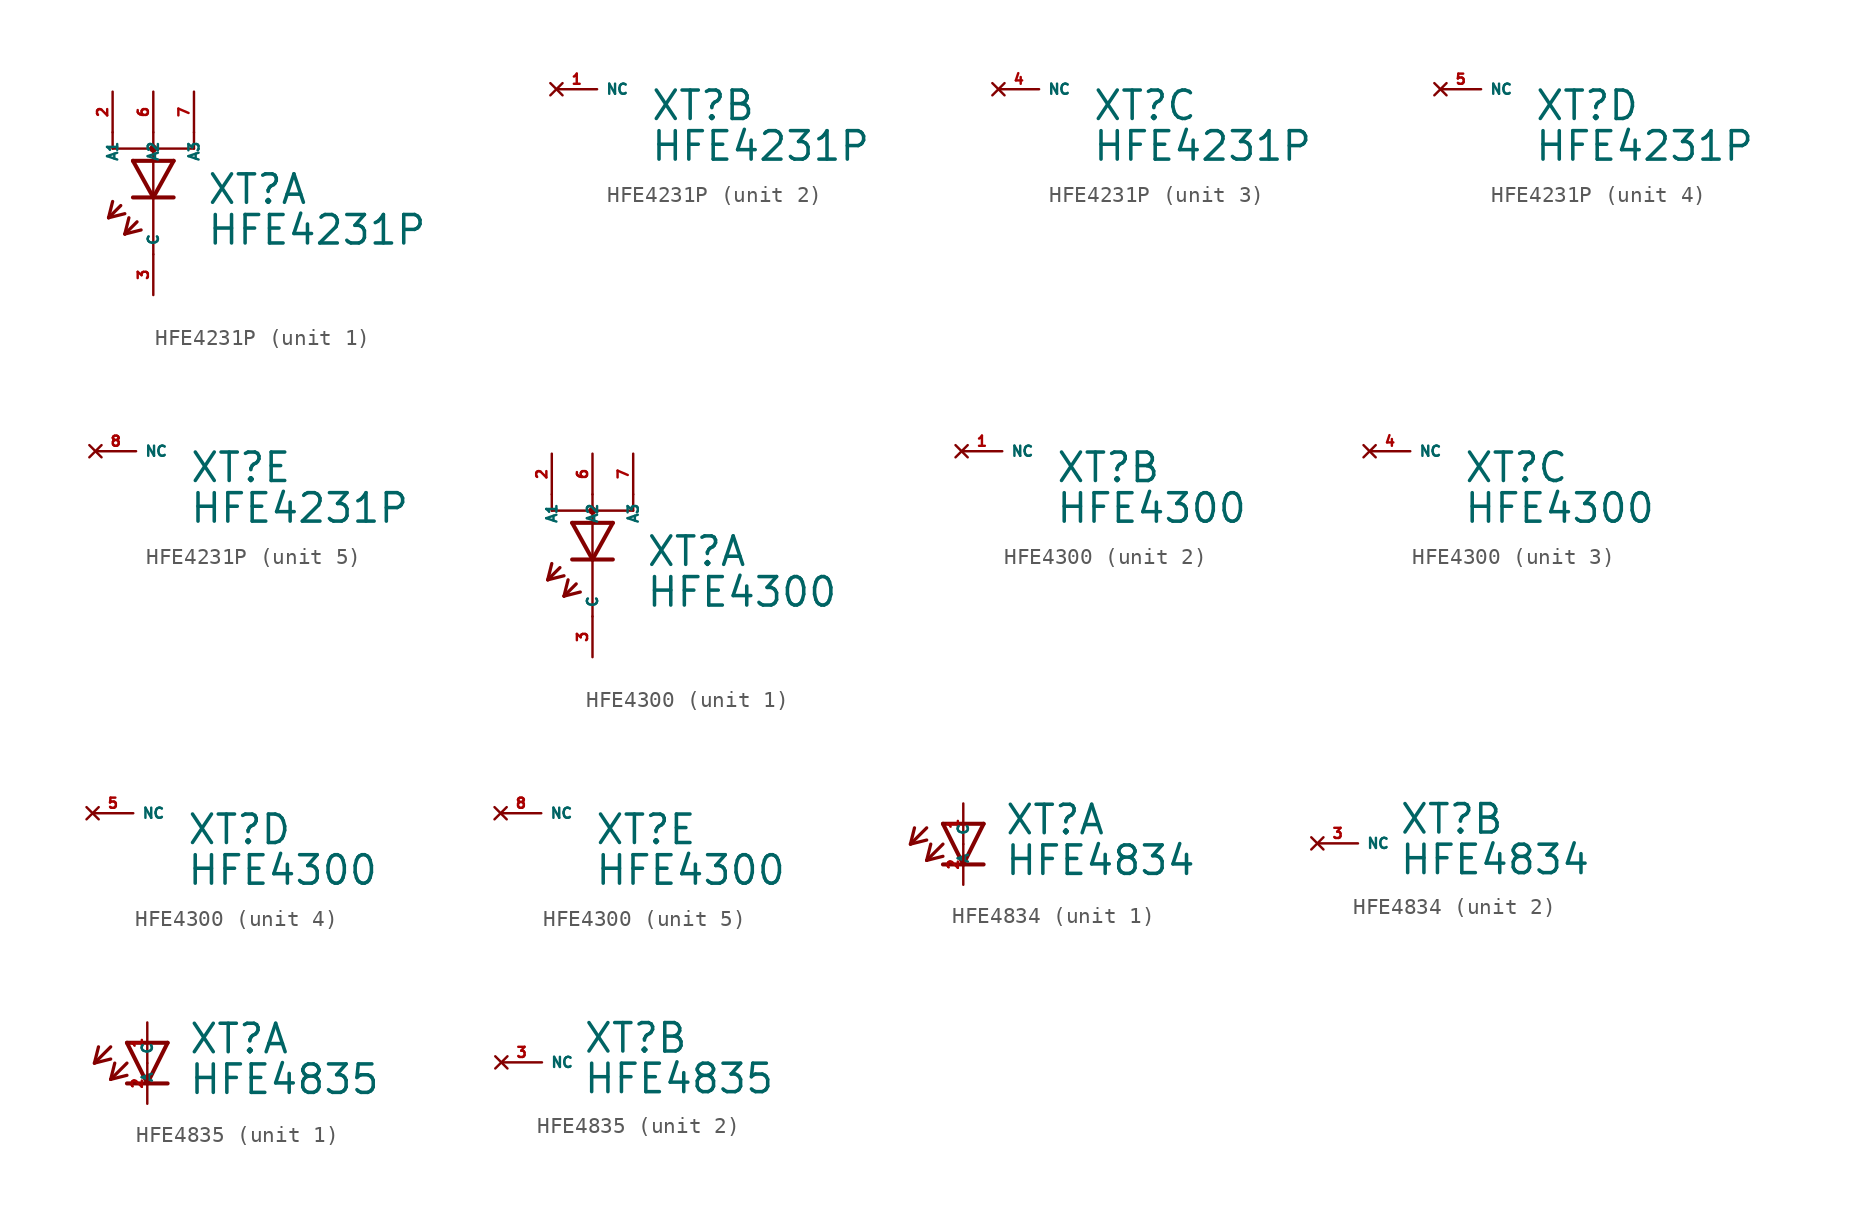
<source format=kicad_sym>
(kicad_symbol_lib
  (version 20220914)
  (generator Eagle2Kicad)
  (symbol "HFE4231P"
    (property "Reference" "XT"
      (at 3.302 -2.057 0)
      (effects (font (size 1.778 1.778) (thickness 0.22)) (justify left bottom)))
    (property "Value" "HFE4231P"
      (at 3.302 -4.597 0)
      (effects (font (size 1.778 1.778) (thickness 0.22)) (justify left bottom)))
    (symbol "HFE4231P_1_0"
      (polyline (pts (xy -1.27 0.762) (xy 0 -1.524)) (stroke (width 0.254) (type default)) (fill (type none)))
      (polyline (pts (xy 0 -1.524) (xy 1.27 0.762)) (stroke (width 0.254) (type default)) (fill (type none)))
      (polyline (pts (xy 1.27 -1.524) (xy 0 -1.524)) (stroke (width 0.254) (type default)) (fill (type none)))
      (polyline (pts (xy 1.27 0.762) (xy -1.27 0.762)) (stroke (width 0.254) (type default)) (fill (type none)))
      (polyline (pts (xy 0 -1.524) (xy -1.27 -1.524)) (stroke (width 0.254) (type default)) (fill (type none)))
      (polyline (pts (xy -2.032 -2.032) (xy -2.794 -2.794)) (stroke (width 0.203) (type default)) (fill (type none)))
      (polyline (pts (xy -2.794 -2.794) (xy -1.778 -2.54)) (stroke (width 0.203) (type default)) (fill (type none)))
      (polyline (pts (xy -2.794 -2.794) (xy -2.54 -1.778)) (stroke (width 0.203) (type default)) (fill (type none)))
      (polyline (pts (xy -1.016 -3.048) (xy -1.778 -3.81)) (stroke (width 0.203) (type default)) (fill (type none)))
      (polyline (pts (xy -1.778 -3.81) (xy -0.762 -3.556)) (stroke (width 0.203) (type default)) (fill (type none)))
      (polyline (pts (xy -1.778 -3.81) (xy -1.524 -2.794)) (stroke (width 0.203) (type default)) (fill (type none)))
      (polyline (pts (xy 2.54 1.524) (xy 0 1.524)) (stroke (width 0.152) (type default)) (fill (type none)))
      (polyline (pts (xy 0 1.524) (xy -2.54 1.524)) (stroke (width 0.152) (type default)) (fill (type none)))
      (polyline (pts (xy 0 -5.08) (xy 0 1.524)) (stroke (width 0.152) (type default)) (fill (type none)))
      (polyline (pts (xy 0 1.524) (xy 0 1.778)) (stroke (width 0.152) (type default)) (fill (type none)))
      (polyline (pts (xy 2.54 1.524) (xy 2.54 2.54)) (stroke (width 0.152) (type default)) (fill (type none)))
      (polyline (pts (xy 0 1.524) (xy 0 2.54)) (stroke (width 0.152) (type default)) (fill (type none)))
      (polyline (pts (xy -2.54 1.524) (xy -2.54 2.54)) (stroke (width 0.152) (type default)) (fill (type none)))
      (circle (center 0 1.524) (radius 0.127) (stroke (width 0.254) (type default)) (fill (type none)))
      (pin passive line (at 0 -7.62 90) (length 2.54) (name "C" (effects (font (size 0.635 0.635) (thickness 0.08)) (justify left bottom))) (number "3" (effects (font (size 0.635 0.635) (thickness 0.08)) (justify left bottom))))
      (pin passive line (at 0 5.08 270) (length 2.54) (name "A2" (effects (font (size 0.635 0.635) (thickness 0.08)) (justify left bottom))) (number "6" (effects (font (size 0.635 0.635) (thickness 0.08)) (justify left bottom))))
      (pin passive line (at 2.54 5.08 270) (length 2.54) (name "A3" (effects (font (size 0.635 0.635) (thickness 0.08)) (justify left bottom))) (number "7" (effects (font (size 0.635 0.635) (thickness 0.08)) (justify left bottom))))
      (pin passive line (at -2.54 5.08 270) (length 2.54) (name "A1" (effects (font (size 0.635 0.635) (thickness 0.08)) (justify left bottom))) (number "2" (effects (font (size 0.635 0.635) (thickness 0.08)) (justify left bottom)))))
    (symbol "HFE4231P_2_0"
      (pin no_connect line (at -2.54 0 0) (length 2.54) (name "NC" (effects (font (size 0.635 0.635) (thickness 0.08)) (justify left bottom) hide)) (number "1" (effects (font (size 0.635 0.635) (thickness 0.08)) (justify left bottom) hide))))
    (symbol "HFE4231P_3_0"
      (pin no_connect line (at -2.54 0 0) (length 2.54) (name "NC" (effects (font (size 0.635 0.635) (thickness 0.08)) (justify left bottom) hide)) (number "4" (effects (font (size 0.635 0.635) (thickness 0.08)) (justify left bottom) hide))))
    (symbol "HFE4231P_4_0"
      (pin no_connect line (at -2.54 0 0) (length 2.54) (name "NC" (effects (font (size 0.635 0.635) (thickness 0.08)) (justify left bottom) hide)) (number "5" (effects (font (size 0.635 0.635) (thickness 0.08)) (justify left bottom) hide))))
    (symbol "HFE4231P_5_0"
      (pin no_connect line (at -2.54 0 0) (length 2.54) (name "NC" (effects (font (size 0.635 0.635) (thickness 0.08)) (justify left bottom) hide)) (number "8" (effects (font (size 0.635 0.635) (thickness 0.08)) (justify left bottom) hide)))))
  (symbol "HFE4300"
    (property "Reference" "XT"
      (at 3.302 -2.057 0)
      (effects (font (size 1.778 1.778) (thickness 0.22)) (justify left bottom)))
    (property "Value" "HFE4300"
      (at 3.302 -4.597 0)
      (effects (font (size 1.778 1.778) (thickness 0.22)) (justify left bottom)))
    (symbol "HFE4300_1_0"
      (polyline (pts (xy -1.27 0.762) (xy 0 -1.524)) (stroke (width 0.254) (type default)) (fill (type none)))
      (polyline (pts (xy 0 -1.524) (xy 1.27 0.762)) (stroke (width 0.254) (type default)) (fill (type none)))
      (polyline (pts (xy 1.27 -1.524) (xy 0 -1.524)) (stroke (width 0.254) (type default)) (fill (type none)))
      (polyline (pts (xy 1.27 0.762) (xy -1.27 0.762)) (stroke (width 0.254) (type default)) (fill (type none)))
      (polyline (pts (xy 0 -1.524) (xy -1.27 -1.524)) (stroke (width 0.254) (type default)) (fill (type none)))
      (polyline (pts (xy -2.032 -2.032) (xy -2.794 -2.794)) (stroke (width 0.203) (type default)) (fill (type none)))
      (polyline (pts (xy -2.794 -2.794) (xy -1.778 -2.54)) (stroke (width 0.203) (type default)) (fill (type none)))
      (polyline (pts (xy -2.794 -2.794) (xy -2.54 -1.778)) (stroke (width 0.203) (type default)) (fill (type none)))
      (polyline (pts (xy -1.016 -3.048) (xy -1.778 -3.81)) (stroke (width 0.203) (type default)) (fill (type none)))
      (polyline (pts (xy -1.778 -3.81) (xy -0.762 -3.556)) (stroke (width 0.203) (type default)) (fill (type none)))
      (polyline (pts (xy -1.778 -3.81) (xy -1.524 -2.794)) (stroke (width 0.203) (type default)) (fill (type none)))
      (polyline (pts (xy 2.54 1.524) (xy 0 1.524)) (stroke (width 0.152) (type default)) (fill (type none)))
      (polyline (pts (xy 0 1.524) (xy -2.54 1.524)) (stroke (width 0.152) (type default)) (fill (type none)))
      (polyline (pts (xy 0 -5.08) (xy 0 1.524)) (stroke (width 0.152) (type default)) (fill (type none)))
      (polyline (pts (xy 0 1.524) (xy 0 1.778)) (stroke (width 0.152) (type default)) (fill (type none)))
      (polyline (pts (xy 2.54 1.524) (xy 2.54 2.54)) (stroke (width 0.152) (type default)) (fill (type none)))
      (polyline (pts (xy 0 1.524) (xy 0 2.54)) (stroke (width 0.152) (type default)) (fill (type none)))
      (polyline (pts (xy -2.54 1.524) (xy -2.54 2.54)) (stroke (width 0.152) (type default)) (fill (type none)))
      (circle (center 0 1.524) (radius 0.127) (stroke (width 0.254) (type default)) (fill (type none)))
      (pin passive line (at 0 -7.62 90) (length 2.54) (name "C" (effects (font (size 0.635 0.635) (thickness 0.08)) (justify left bottom))) (number "3" (effects (font (size 0.635 0.635) (thickness 0.08)) (justify left bottom))))
      (pin passive line (at 0 5.08 270) (length 2.54) (name "A2" (effects (font (size 0.635 0.635) (thickness 0.08)) (justify left bottom))) (number "6" (effects (font (size 0.635 0.635) (thickness 0.08)) (justify left bottom))))
      (pin passive line (at 2.54 5.08 270) (length 2.54) (name "A3" (effects (font (size 0.635 0.635) (thickness 0.08)) (justify left bottom))) (number "7" (effects (font (size 0.635 0.635) (thickness 0.08)) (justify left bottom))))
      (pin passive line (at -2.54 5.08 270) (length 2.54) (name "A1" (effects (font (size 0.635 0.635) (thickness 0.08)) (justify left bottom))) (number "2" (effects (font (size 0.635 0.635) (thickness 0.08)) (justify left bottom)))))
    (symbol "HFE4300_2_0"
      (pin no_connect line (at -2.54 0 0) (length 2.54) (name "NC" (effects (font (size 0.635 0.635) (thickness 0.08)) (justify left bottom) hide)) (number "1" (effects (font (size 0.635 0.635) (thickness 0.08)) (justify left bottom) hide))))
    (symbol "HFE4300_3_0"
      (pin no_connect line (at -2.54 0 0) (length 2.54) (name "NC" (effects (font (size 0.635 0.635) (thickness 0.08)) (justify left bottom) hide)) (number "4" (effects (font (size 0.635 0.635) (thickness 0.08)) (justify left bottom) hide))))
    (symbol "HFE4300_4_0"
      (pin no_connect line (at -2.54 0 0) (length 2.54) (name "NC" (effects (font (size 0.635 0.635) (thickness 0.08)) (justify left bottom) hide)) (number "5" (effects (font (size 0.635 0.635) (thickness 0.08)) (justify left bottom) hide))))
    (symbol "HFE4300_5_0"
      (pin no_connect line (at -2.54 0 0) (length 2.54) (name "NC" (effects (font (size 0.635 0.635) (thickness 0.08)) (justify left bottom) hide)) (number "8" (effects (font (size 0.635 0.635) (thickness 0.08)) (justify left bottom) hide)))))
  (symbol "HFE4834"
    (property "Reference" "XT"
      (at 2.54 0.483 0)
      (effects (font (size 1.778 1.778) (thickness 0.22)) (justify left bottom)))
    (property "Value" "HFE4834"
      (at 2.54 -2.057 0)
      (effects (font (size 1.778 1.778) (thickness 0.22)) (justify left bottom)))
    (symbol "HFE4834_1_0"
      (polyline (pts (xy -1.27 1.27) (xy 0 -1.27)) (stroke (width 0.254) (type default)) (fill (type none)))
      (polyline (pts (xy 0 -1.27) (xy 1.27 1.27)) (stroke (width 0.254) (type default)) (fill (type none)))
      (polyline (pts (xy 1.27 -1.27) (xy 0 -1.27)) (stroke (width 0.254) (type default)) (fill (type none)))
      (polyline (pts (xy 1.27 1.27) (xy -1.27 1.27)) (stroke (width 0.254) (type default)) (fill (type none)))
      (polyline (pts (xy 0 -1.27) (xy -1.27 -1.27)) (stroke (width 0.254) (type default)) (fill (type none)))
      (polyline (pts (xy -2.286 1.016) (xy -3.302 0)) (stroke (width 0.203) (type default)) (fill (type none)))
      (polyline (pts (xy -3.302 0) (xy -2.286 0.254)) (stroke (width 0.203) (type default)) (fill (type none)))
      (polyline (pts (xy -3.302 0) (xy -3.048 1.016)) (stroke (width 0.203) (type default)) (fill (type none)))
      (polyline (pts (xy -1.27 0) (xy -2.286 -1.016)) (stroke (width 0.203) (type default)) (fill (type none)))
      (polyline (pts (xy -2.286 -1.016) (xy -1.27 -0.762)) (stroke (width 0.203) (type default)) (fill (type none)))
      (polyline (pts (xy -2.286 -1.016) (xy -2.032 0)) (stroke (width 0.203) (type default)) (fill (type none)))
      (pin passive line (at 0 2.54 270) (length 2.54) (name "A" (effects (font (size 0.635 0.635) (thickness 0.08)) (justify left bottom))) (number "1" (effects (font (size 0.635 0.635) (thickness 0.08)) (justify left bottom))))
      (pin passive line (at 0 -2.54 90) (length 2.54) (name "C" (effects (font (size 0.635 0.635) (thickness 0.08)) (justify left bottom))) (number "2" (effects (font (size 0.635 0.635) (thickness 0.08)) (justify left bottom)))))
    (symbol "HFE4834_2_0"
      (pin no_connect line (at -2.54 0 0) (length 2.54) (name "NC" (effects (font (size 0.635 0.635) (thickness 0.08)) (justify left bottom) hide)) (number "3" (effects (font (size 0.635 0.635) (thickness 0.08)) (justify left bottom) hide)))))
  (symbol "HFE4835"
    (property "Reference" "XT"
      (at 2.54 0.483 0)
      (effects (font (size 1.778 1.778) (thickness 0.22)) (justify left bottom)))
    (property "Value" "HFE4835"
      (at 2.54 -2.057 0)
      (effects (font (size 1.778 1.778) (thickness 0.22)) (justify left bottom)))
    (symbol "HFE4835_1_0"
      (polyline (pts (xy -1.27 1.27) (xy 0 -1.27)) (stroke (width 0.254) (type default)) (fill (type none)))
      (polyline (pts (xy 0 -1.27) (xy 1.27 1.27)) (stroke (width 0.254) (type default)) (fill (type none)))
      (polyline (pts (xy 1.27 -1.27) (xy 0 -1.27)) (stroke (width 0.254) (type default)) (fill (type none)))
      (polyline (pts (xy 1.27 1.27) (xy -1.27 1.27)) (stroke (width 0.254) (type default)) (fill (type none)))
      (polyline (pts (xy 0 -1.27) (xy -1.27 -1.27)) (stroke (width 0.254) (type default)) (fill (type none)))
      (polyline (pts (xy -2.286 1.016) (xy -3.302 0)) (stroke (width 0.203) (type default)) (fill (type none)))
      (polyline (pts (xy -3.302 0) (xy -2.286 0.254)) (stroke (width 0.203) (type default)) (fill (type none)))
      (polyline (pts (xy -3.302 0) (xy -3.048 1.016)) (stroke (width 0.203) (type default)) (fill (type none)))
      (polyline (pts (xy -1.27 0) (xy -2.286 -1.016)) (stroke (width 0.203) (type default)) (fill (type none)))
      (polyline (pts (xy -2.286 -1.016) (xy -1.27 -0.762)) (stroke (width 0.203) (type default)) (fill (type none)))
      (polyline (pts (xy -2.286 -1.016) (xy -2.032 0)) (stroke (width 0.203) (type default)) (fill (type none)))
      (pin passive line (at 0 2.54 270) (length 2.54) (name "A" (effects (font (size 0.635 0.635) (thickness 0.08)) (justify left bottom))) (number "1" (effects (font (size 0.635 0.635) (thickness 0.08)) (justify left bottom))))
      (pin passive line (at 0 -2.54 90) (length 2.54) (name "C" (effects (font (size 0.635 0.635) (thickness 0.08)) (justify left bottom))) (number "2" (effects (font (size 0.635 0.635) (thickness 0.08)) (justify left bottom)))))
    (symbol "HFE4835_2_0"
      (pin no_connect line (at -2.54 0 0) (length 2.54) (name "NC" (effects (font (size 0.635 0.635) (thickness 0.08)) (justify left bottom) hide)) (number "3" (effects (font (size 0.635 0.635) (thickness 0.08)) (justify left bottom) hide))))))
</source>
